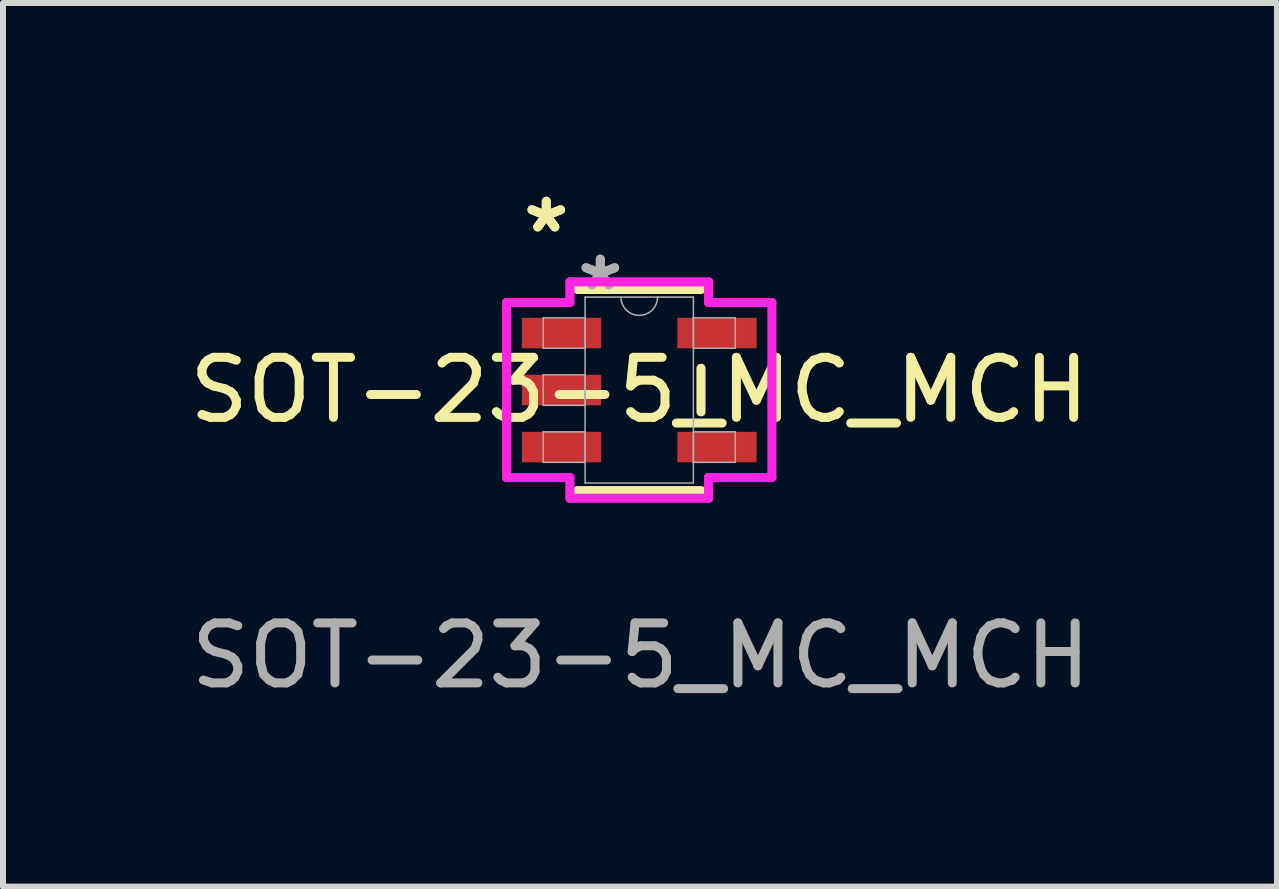
<source format=kicad_pcb>
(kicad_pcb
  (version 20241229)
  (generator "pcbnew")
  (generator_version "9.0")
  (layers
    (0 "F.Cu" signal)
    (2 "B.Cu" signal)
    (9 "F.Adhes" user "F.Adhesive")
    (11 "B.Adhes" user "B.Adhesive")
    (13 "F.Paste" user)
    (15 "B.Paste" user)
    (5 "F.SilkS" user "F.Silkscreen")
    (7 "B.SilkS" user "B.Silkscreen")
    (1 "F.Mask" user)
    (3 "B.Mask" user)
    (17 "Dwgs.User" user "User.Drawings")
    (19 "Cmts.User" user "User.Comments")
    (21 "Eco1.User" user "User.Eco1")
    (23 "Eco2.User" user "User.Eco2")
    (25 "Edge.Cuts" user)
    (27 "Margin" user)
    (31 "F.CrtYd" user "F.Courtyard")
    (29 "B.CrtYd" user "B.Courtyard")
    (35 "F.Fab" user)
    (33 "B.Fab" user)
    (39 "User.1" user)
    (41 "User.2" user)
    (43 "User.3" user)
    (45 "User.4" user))
  (footprint "SOT-23-5_MC_MCH"
    (layer "F.Cu")
    (at 7.601 3.449)
    (property "Reference" "SOT-23-5_MC_MCH" (at 0 0 0) (unlocked yes) (layer "F.SilkS") (effects (font (size 1 1) (thickness 0.15))))
    (attr smd)
    (fp_line (start -1.029 1.676) (end 1.029 1.676) (stroke (width 0.152) (type solid)) (layer "F.SilkS"))
    (fp_line (start 1.029 -1.676) (end -1.029 -1.676) (stroke (width 0.152) (type solid)) (layer "F.SilkS"))
    (fp_line (start 1.029 0.363) (end 1.029 -0.363) (stroke (width 0.152) (type solid)) (layer "F.SilkS"))
    (fp_line (start -2.21 -1.458) (end -1.156 -1.458) (stroke (width 0.152) (type solid)) (layer "F.CrtYd"))
    (fp_line (start -2.21 1.458) (end -2.21 -1.458) (stroke (width 0.152) (type solid)) (layer "F.CrtYd"))
    (fp_line (start -1.156 -1.803) (end 1.156 -1.803) (stroke (width 0.152) (type solid)) (layer "F.CrtYd"))
    (fp_line (start -1.156 -1.458) (end -1.156 -1.803) (stroke (width 0.152) (type solid)) (layer "F.CrtYd"))
    (fp_line (start -1.156 1.458) (end -2.21 1.458) (stroke (width 0.152) (type solid)) (layer "F.CrtYd"))
    (fp_line (start -1.156 1.803) (end -1.156 1.458) (stroke (width 0.152) (type solid)) (layer "F.CrtYd"))
    (fp_line (start 1.156 -1.803) (end 1.156 -1.458) (stroke (width 0.152) (type solid)) (layer "F.CrtYd"))
    (fp_line (start 1.156 -1.458) (end 2.21 -1.458) (stroke (width 0.152) (type solid)) (layer "F.CrtYd"))
    (fp_line (start 1.156 1.458) (end 1.156 1.803) (stroke (width 0.152) (type solid)) (layer "F.CrtYd"))
    (fp_line (start 1.156 1.803) (end -1.156 1.803) (stroke (width 0.152) (type solid)) (layer "F.CrtYd"))
    (fp_line (start 2.21 -1.458) (end 2.21 1.458) (stroke (width 0.152) (type solid)) (layer "F.CrtYd"))
    (fp_line (start 2.21 1.458) (end 1.156 1.458) (stroke (width 0.152) (type solid)) (layer "F.CrtYd"))
    (fp_line (start -1.6 -1.204) (end -1.6 -0.696) (stroke (width 0.025) (type solid)) (layer "F.Fab"))
    (fp_line (start -1.6 -0.696) (end -0.902 -0.696) (stroke (width 0.025) (type solid)) (layer "F.Fab"))
    (fp_line (start -1.6 -0.254) (end -1.6 0.254) (stroke (width 0.025) (type solid)) (layer "F.Fab"))
    (fp_line (start -1.6 0.254) (end -0.902 0.254) (stroke (width 0.025) (type solid)) (layer "F.Fab"))
    (fp_line (start -1.6 0.696) (end -1.6 1.204) (stroke (width 0.025) (type solid)) (layer "F.Fab"))
    (fp_line (start -1.6 1.204) (end -0.902 1.204) (stroke (width 0.025) (type solid)) (layer "F.Fab"))
    (fp_line (start -0.902 -1.549) (end -0.902 1.549) (stroke (width 0.025) (type solid)) (layer "F.Fab"))
    (fp_line (start -0.902 -1.204) (end -1.6 -1.204) (stroke (width 0.025) (type solid)) (layer "F.Fab"))
    (fp_line (start -0.902 -0.696) (end -0.902 -1.204) (stroke (width 0.025) (type solid)) (layer "F.Fab"))
    (fp_line (start -0.902 -0.254) (end -1.6 -0.254) (stroke (width 0.025) (type solid)) (layer "F.Fab"))
    (fp_line (start -0.902 0.254) (end -0.902 -0.254) (stroke (width 0.025) (type solid)) (layer "F.Fab"))
    (fp_line (start -0.902 0.696) (end -1.6 0.696) (stroke (width 0.025) (type solid)) (layer "F.Fab"))
    (fp_line (start -0.902 1.204) (end -0.902 0.696) (stroke (width 0.025) (type solid)) (layer "F.Fab"))
    (fp_line (start -0.902 1.549) (end 0.902 1.549) (stroke (width 0.025) (type solid)) (layer "F.Fab"))
    (fp_line (start 0.902 -1.549) (end -0.902 -1.549) (stroke (width 0.025) (type solid)) (layer "F.Fab"))
    (fp_line (start 0.902 -1.204) (end 0.902 -0.696) (stroke (width 0.025) (type solid)) (layer "F.Fab"))
    (fp_line (start 0.902 -0.696) (end 1.6 -0.696) (stroke (width 0.025) (type solid)) (layer "F.Fab"))
    (fp_line (start 0.902 0.696) (end 0.902 1.204) (stroke (width 0.025) (type solid)) (layer "F.Fab"))
    (fp_line (start 0.902 1.204) (end 1.6 1.204) (stroke (width 0.025) (type solid)) (layer "F.Fab"))
    (fp_line (start 0.902 1.549) (end 0.902 -1.549) (stroke (width 0.025) (type solid)) (layer "F.Fab"))
    (fp_line (start 1.6 -1.204) (end 0.902 -1.204) (stroke (width 0.025) (type solid)) (layer "F.Fab"))
    (fp_line (start 1.6 -0.696) (end 1.6 -1.204) (stroke (width 0.025) (type solid)) (layer "F.Fab"))
    (fp_line (start 1.6 0.696) (end 0.902 0.696) (stroke (width 0.025) (type solid)) (layer "F.Fab"))
    (fp_line (start 1.6 1.204) (end 1.6 0.696) (stroke (width 0.025) (type solid)) (layer "F.Fab"))
    (fp_arc (start 0.3048 -1.5494) (mid 0 -1.2446) (end -0.3048 -1.5494) (stroke (width 0.0254) (type solid)) (layer "F.Fab"))
    (fp_text user "*" (at -1.549 -2.601 0) (layer "F.SilkS") (effects (font (size 1 1) (thickness 0.15))))
    (fp_text user "*" (at -1.549 -2.601 0) (unlocked yes) (layer "F.SilkS") (effects (font (size 1 1) (thickness 0.15))))
    (fp_text user "${REFERENCE}" (at 0.025 4.425 0) (unlocked yes) (layer "F.Fab") (effects (font (size 1 1) (thickness 0.15))))
    (fp_text user "*" (at -0.648 -1.636 0) (unlocked yes) (layer "F.Fab") (effects (font (size 1 1) (thickness 0.15))))
    (fp_text user "*" (at -0.648 -1.636 0) (layer "F.Fab") (effects (font (size 1 1) (thickness 0.15))))
    (pad "1" smd rect (at -1.295 -0.95) (size 1.321 0.508) (layers "F.Cu" "F.Mask" "F.Paste"))
    (pad "2" smd rect (at -1.295 0) (size 1.321 0.508) (layers "F.Cu" "F.Mask" "F.Paste"))
    (pad "3" smd rect (at -1.295 0.95) (size 1.321 0.508) (layers "F.Cu" "F.Mask" "F.Paste"))
    (pad "4" smd rect (at 1.295 0.95) (size 1.321 0.508) (layers "F.Cu" "F.Mask" "F.Paste"))
    (pad "5" smd rect (at 1.295 -0.95) (size 1.321 0.508) (layers "F.Cu" "F.Mask" "F.Paste")))
  (gr_rect
    (start -3 -3)
    (end 18.227 11.723)
    (stroke (width 0.1) (type default))
    (fill no)
    (layer "Edge.Cuts")))
</source>
